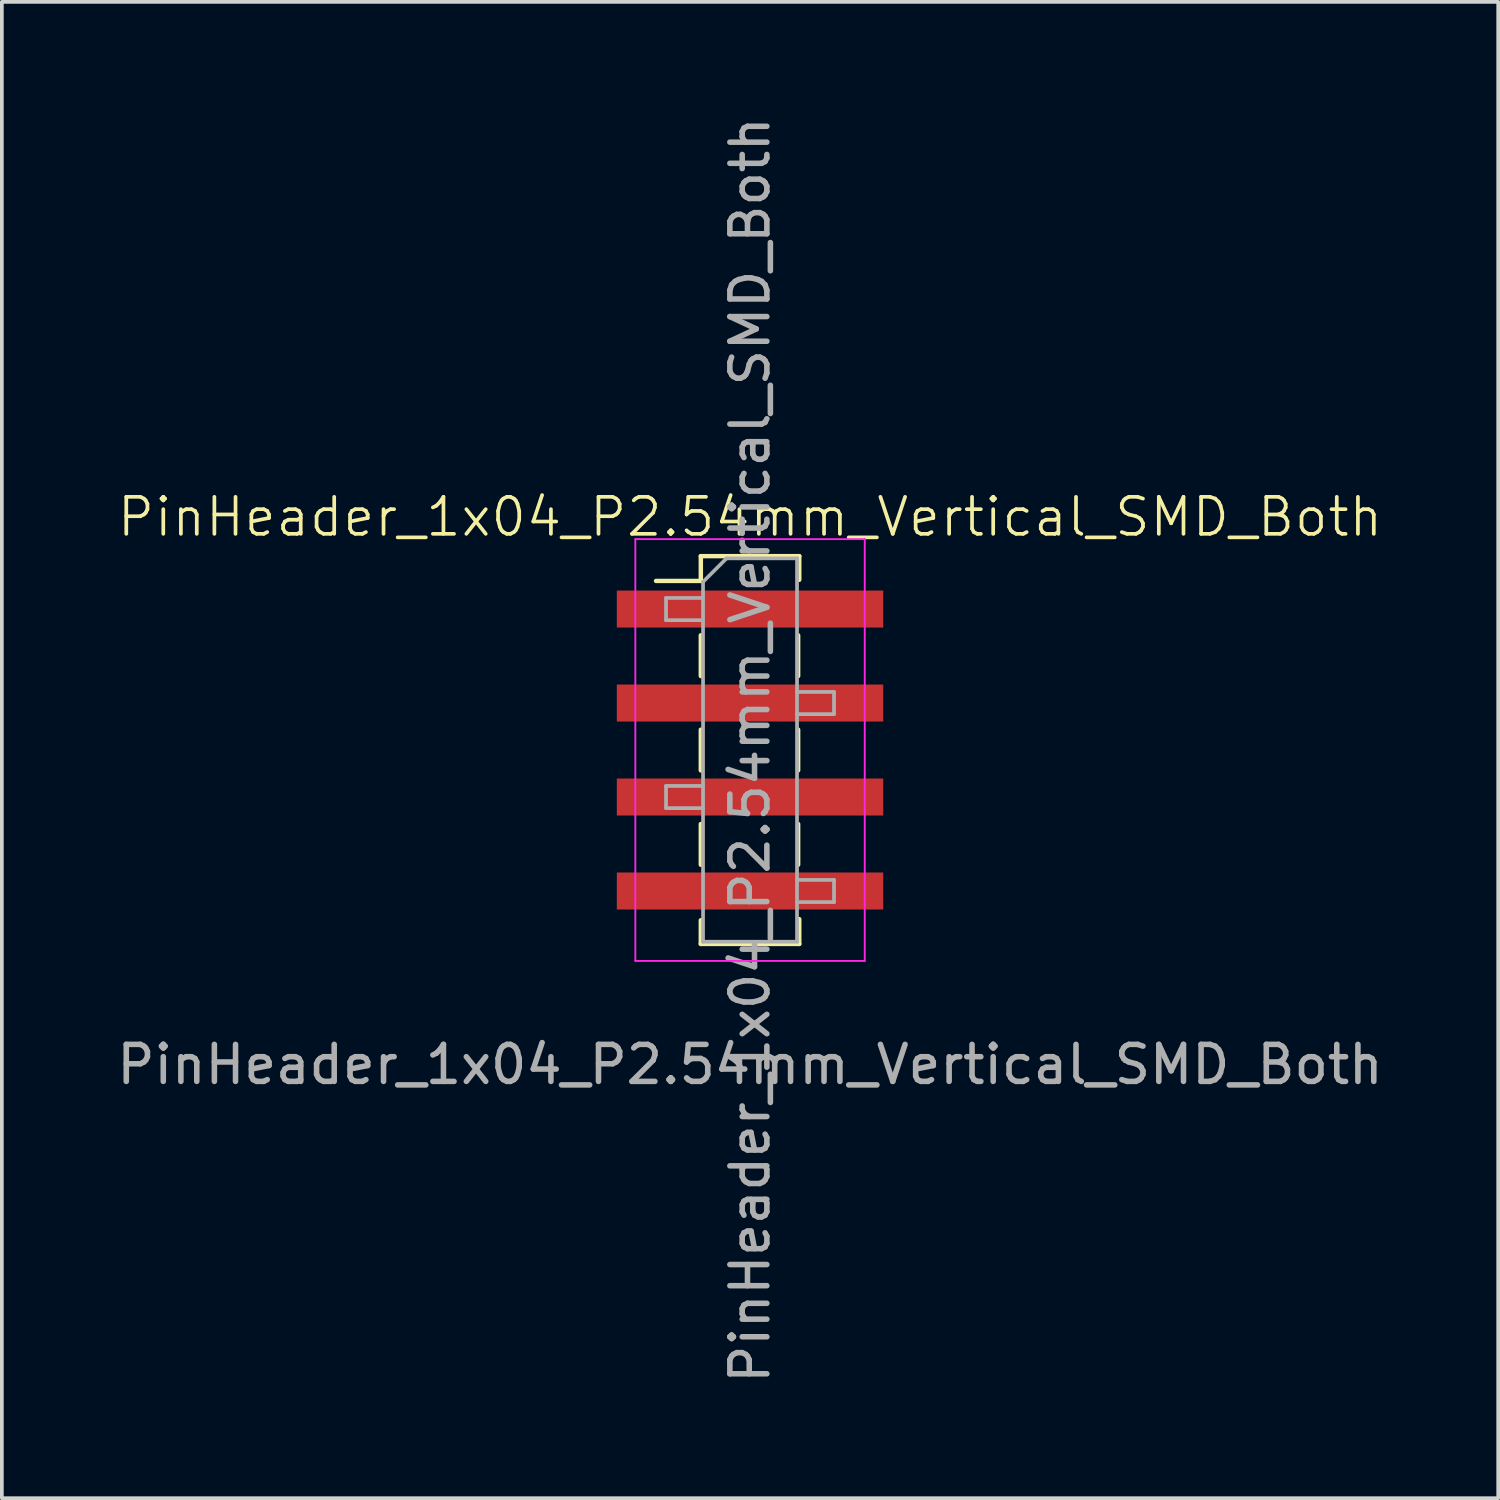
<source format=kicad_pcb>
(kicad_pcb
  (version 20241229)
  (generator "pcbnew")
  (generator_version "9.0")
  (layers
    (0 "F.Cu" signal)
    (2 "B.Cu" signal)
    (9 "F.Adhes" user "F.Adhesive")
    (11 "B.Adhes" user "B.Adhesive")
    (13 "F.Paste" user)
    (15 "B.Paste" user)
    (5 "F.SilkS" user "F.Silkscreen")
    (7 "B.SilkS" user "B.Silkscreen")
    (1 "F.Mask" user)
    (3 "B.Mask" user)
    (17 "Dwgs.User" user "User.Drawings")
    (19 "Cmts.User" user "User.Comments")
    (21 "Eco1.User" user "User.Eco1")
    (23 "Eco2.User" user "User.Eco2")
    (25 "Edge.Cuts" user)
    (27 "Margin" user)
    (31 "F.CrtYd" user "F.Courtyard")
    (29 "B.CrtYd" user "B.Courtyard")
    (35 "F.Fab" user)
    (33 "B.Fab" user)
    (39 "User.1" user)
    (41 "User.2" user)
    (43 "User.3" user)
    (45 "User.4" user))
  (footprint "PinHeader_1x04_P2.54mm_Vertical_SMD_Both"
    (layer "F.Cu")
    (at 17.22 17.22)
    (property "Reference" "PinHeader_1x04_P2.54mm_Vertical_SMD_Both" (at 0 -6.3 0) (unlocked yes) (layer "F.SilkS") (effects (font (size 1 1) (thickness 0.1))))
    (attr smd)
    (fp_line (start -2.54 -4.57) (end -1.33 -4.57) (stroke (width 0.12) (type solid)) (layer "F.SilkS"))
    (fp_line (start -1.33 -5.24) (end -1.33 -4.57) (stroke (width 0.12) (type solid)) (layer "F.SilkS"))
    (fp_line (start -1.33 -5.24) (end 1.33 -5.24) (stroke (width 0.12) (type solid)) (layer "F.SilkS"))
    (fp_line (start -1.33 -3.1) (end -1.33 -2) (stroke (width 0.12) (type solid)) (layer "F.SilkS"))
    (fp_line (start -1.33 -0.55) (end -1.33 0.55) (stroke (width 0.12) (type solid)) (layer "F.SilkS"))
    (fp_line (start -1.33 2) (end -1.33 3.1) (stroke (width 0.12) (type solid)) (layer "F.SilkS"))
    (fp_line (start -1.33 4.6) (end -1.33 5.24) (stroke (width 0.12) (type solid)) (layer "F.SilkS"))
    (fp_line (start -1.33 5.24) (end 1.33 5.24) (stroke (width 0.12) (type solid)) (layer "F.SilkS"))
    (fp_line (start 1.3 -3.1) (end 1.3 -2) (stroke (width 0.12) (type solid)) (layer "F.SilkS"))
    (fp_line (start 1.3 -0.55) (end 1.3 0.55) (stroke (width 0.12) (type solid)) (layer "F.SilkS"))
    (fp_line (start 1.3 2) (end 1.3 3.1) (stroke (width 0.12) (type solid)) (layer "F.SilkS"))
    (fp_line (start 1.33 -5.24) (end 1.33 -4.6) (stroke (width 0.12) (type solid)) (layer "F.SilkS"))
    (fp_line (start 1.33 4.57) (end 1.33 5.24) (stroke (width 0.12) (type solid)) (layer "F.SilkS"))
    (fp_line (start -3.1 -5.7) (end 3.1 -5.7) (stroke (width 0.05) (type solid)) (layer "F.CrtYd"))
    (fp_line (start -3.1 5.7) (end -3.1 -5.7) (stroke (width 0.05) (type solid)) (layer "F.CrtYd"))
    (fp_line (start 3.1 -5.7) (end 3.1 5.7) (stroke (width 0.05) (type solid)) (layer "F.CrtYd"))
    (fp_line (start 3.1 5.7) (end -3.1 5.7) (stroke (width 0.05) (type solid)) (layer "F.CrtYd"))
    (fp_line (start -2.27 -4.11) (end -1.27 -4.11) (stroke (width 0.1) (type solid)) (layer "F.Fab"))
    (fp_line (start -2.27 -3.51) (end -2.27 -4.11) (stroke (width 0.1) (type solid)) (layer "F.Fab"))
    (fp_line (start -2.27 1.57) (end -2.27 0.97) (stroke (width 0.1) (type solid)) (layer "F.Fab"))
    (fp_line (start -1.27 -4.545) (end -0.635 -5.18) (stroke (width 0.1) (type solid)) (layer "F.Fab"))
    (fp_line (start -1.27 -3.51) (end -2.27 -3.51) (stroke (width 0.1) (type solid)) (layer "F.Fab"))
    (fp_line (start -1.27 0.97) (end -2.27 0.97) (stroke (width 0.1) (type solid)) (layer "F.Fab"))
    (fp_line (start -1.27 1.57) (end -2.27 1.57) (stroke (width 0.1) (type solid)) (layer "F.Fab"))
    (fp_line (start -1.27 5.18) (end -1.27 -4.545) (stroke (width 0.1) (type solid)) (layer "F.Fab"))
    (fp_line (start -0.635 -5.18) (end 1.27 -5.18) (stroke (width 0.1) (type solid)) (layer "F.Fab"))
    (fp_line (start 1.27 -5.18) (end 1.27 5.18) (stroke (width 0.1) (type solid)) (layer "F.Fab"))
    (fp_line (start 1.27 -1.57) (end 2.27 -1.57) (stroke (width 0.1) (type solid)) (layer "F.Fab"))
    (fp_line (start 1.27 3.51) (end 2.27 3.51) (stroke (width 0.1) (type solid)) (layer "F.Fab"))
    (fp_line (start 1.27 5.18) (end -1.27 5.18) (stroke (width 0.1) (type solid)) (layer "F.Fab"))
    (fp_line (start 2.27 -1.57) (end 2.27 -0.97) (stroke (width 0.1) (type solid)) (layer "F.Fab"))
    (fp_line (start 2.27 -0.97) (end 1.27 -0.97) (stroke (width 0.1) (type solid)) (layer "F.Fab"))
    (fp_line (start 2.27 3.51) (end 2.27 4.11) (stroke (width 0.1) (type solid)) (layer "F.Fab"))
    (fp_line (start 2.27 4.11) (end 1.27 4.11) (stroke (width 0.1) (type solid)) (layer "F.Fab"))
    (fp_text user "${REFERENCE}" (at 0 8.5 0) (unlocked yes) (layer "F.Fab") (effects (font (size 1 1) (thickness 0.15))))
    (fp_text user "${REFERENCE}" (at 0 0 90) (layer "F.Fab") (effects (font (size 1 1) (thickness 0.15))))
    (pad "1" smd rect (at 0 -3.81) (size 7.2 1) (layers "F.Cu" "F.Mask" "F.Paste"))
    (pad "2" smd rect (at 0 -1.27) (size 7.2 1) (layers "F.Cu" "F.Mask" "F.Paste"))
    (pad "3" smd rect (at 0 1.27) (size 7.2 1) (layers "F.Cu" "F.Mask" "F.Paste"))
    (pad "4" smd rect (at 0 3.81) (size 7.2 1) (layers "F.Cu" "F.Mask" "F.Paste")))
  (gr_rect
    (start -3 -3)
    (end 37.44 37.44)
    (stroke (width 0.1) (type default))
    (fill no)
    (layer "Edge.Cuts")))
</source>
